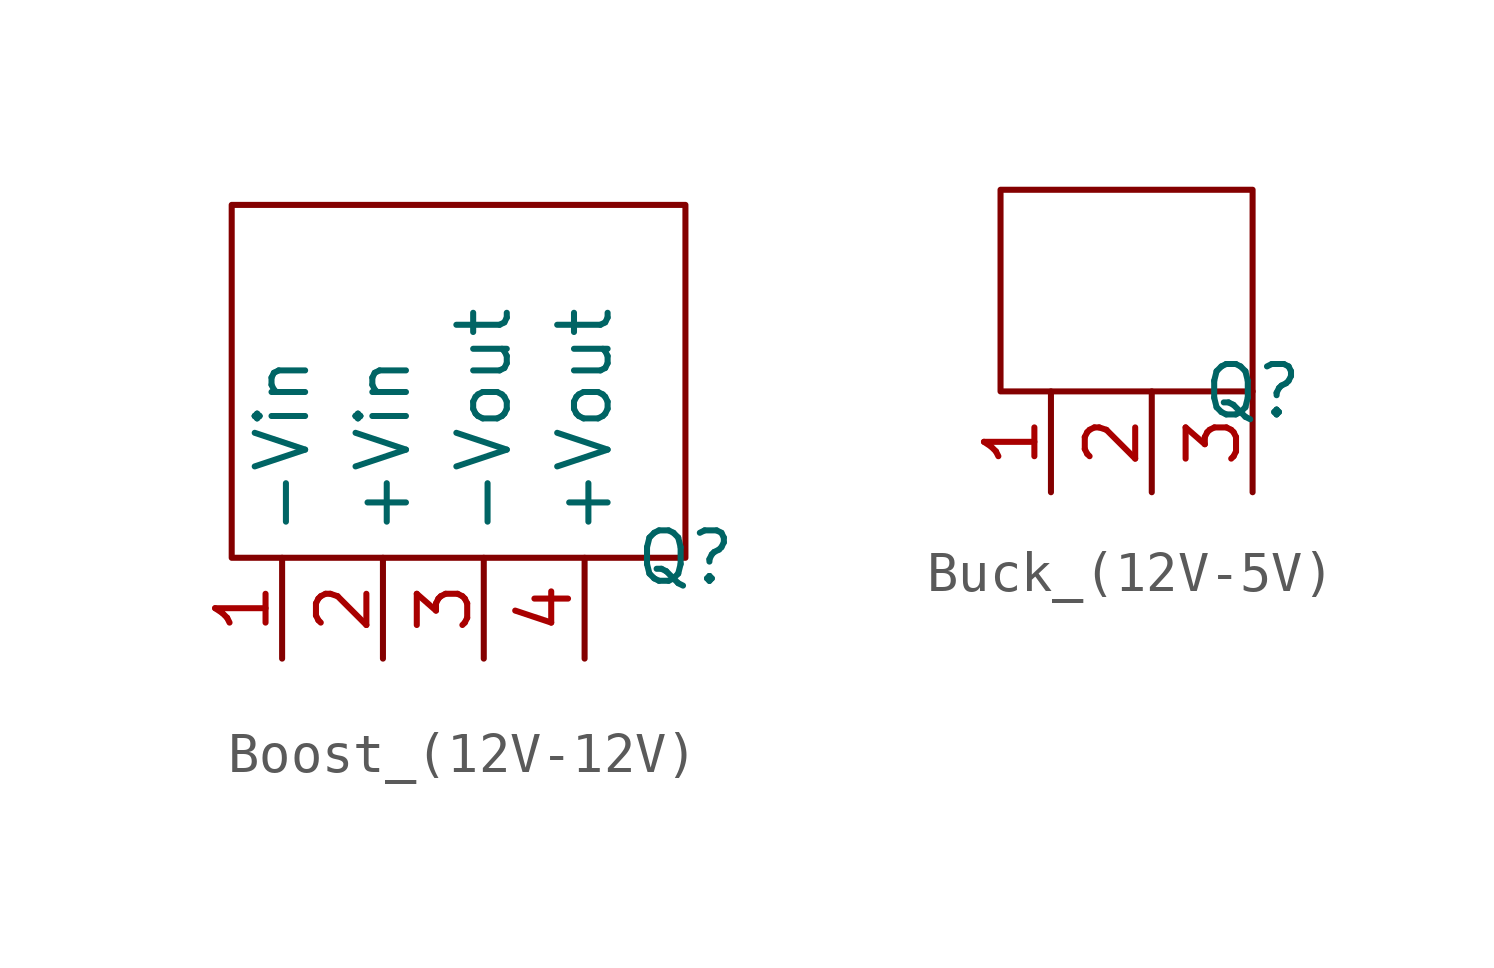
<source format=kicad_sym>
(kicad_symbol_lib
  (version 20231120)
  (generator "kicad_symbol_editor")
  (generator_version "8.0")
  (symbol "Boost_(12V-12V)"
    (property "Reference" "Q"
      (at 0 0 0)
      (effects (font (size 1.27 1.27))))
    (property "Value" ""
      (at 0 0 0)
      (effects (font (size 1.27 1.27))))
    (symbol "Boost_(12V-12V)_0_1"
      (rectangle (start 0 0) (end -11.43 8.89) (stroke (width 0) (type default)) (fill (type none))))
    (symbol "Boost_(12V-12V)_1_1"
      (pin power_in line (at -10.16 -2.54 90) (length 2.54) (name "-Vin" (effects (font (size 1.27 1.27)))) (number "1" (effects (font (size 1.27 1.27)))))
      (pin power_in line (at -7.62 -2.54 90) (length 2.54) (name "+Vin" (effects (font (size 1.27 1.27)))) (number "2" (effects (font (size 1.27 1.27)))))
      (pin power_out line (at -5.08 -2.54 90) (length 2.54) (name "-Vout" (effects (font (size 1.27 1.27)))) (number "3" (effects (font (size 1.27 1.27)))))
      (pin power_out line (at -2.54 -2.54 90) (length 2.54) (name "+Vout" (effects (font (size 1.27 1.27)))) (number "4" (effects (font (size 1.27 1.27)))))))
  (symbol "Buck_(12V-5V)"
    (pin_names hide)
    (property "Reference" "Q"
      (at 0 0 0)
      (effects (font (size 1.27 1.27))))
    (property "Value" ""
      (at 0 0 0)
      (effects (font (size 1.27 1.27))))
    (symbol "Buck_(12V-5V)_0_1"
      (rectangle (start -6.35 5.08) (end 0 0) (stroke (width 0) (type default)) (fill (type none))))
    (symbol "Buck_(12V-5V)_1_1"
      (pin power_in line (at -5.08 -2.54 90) (length 2.54) (name "Vin" (effects (font (size 1.27 1.27)))) (number "1" (effects (font (size 1.27 1.27)))))
      (pin power_in line (at -2.54 -2.54 90) (length 2.54) (name "GND" (effects (font (size 1.27 1.27)))) (number "2" (effects (font (size 1.27 1.27)))))
      (pin power_out line (at 0 -2.54 90) (length 2.54) (name "Vout" (effects (font (size 1.27 1.27)))) (number "3" (effects (font (size 1.27 1.27))))))))
</source>
